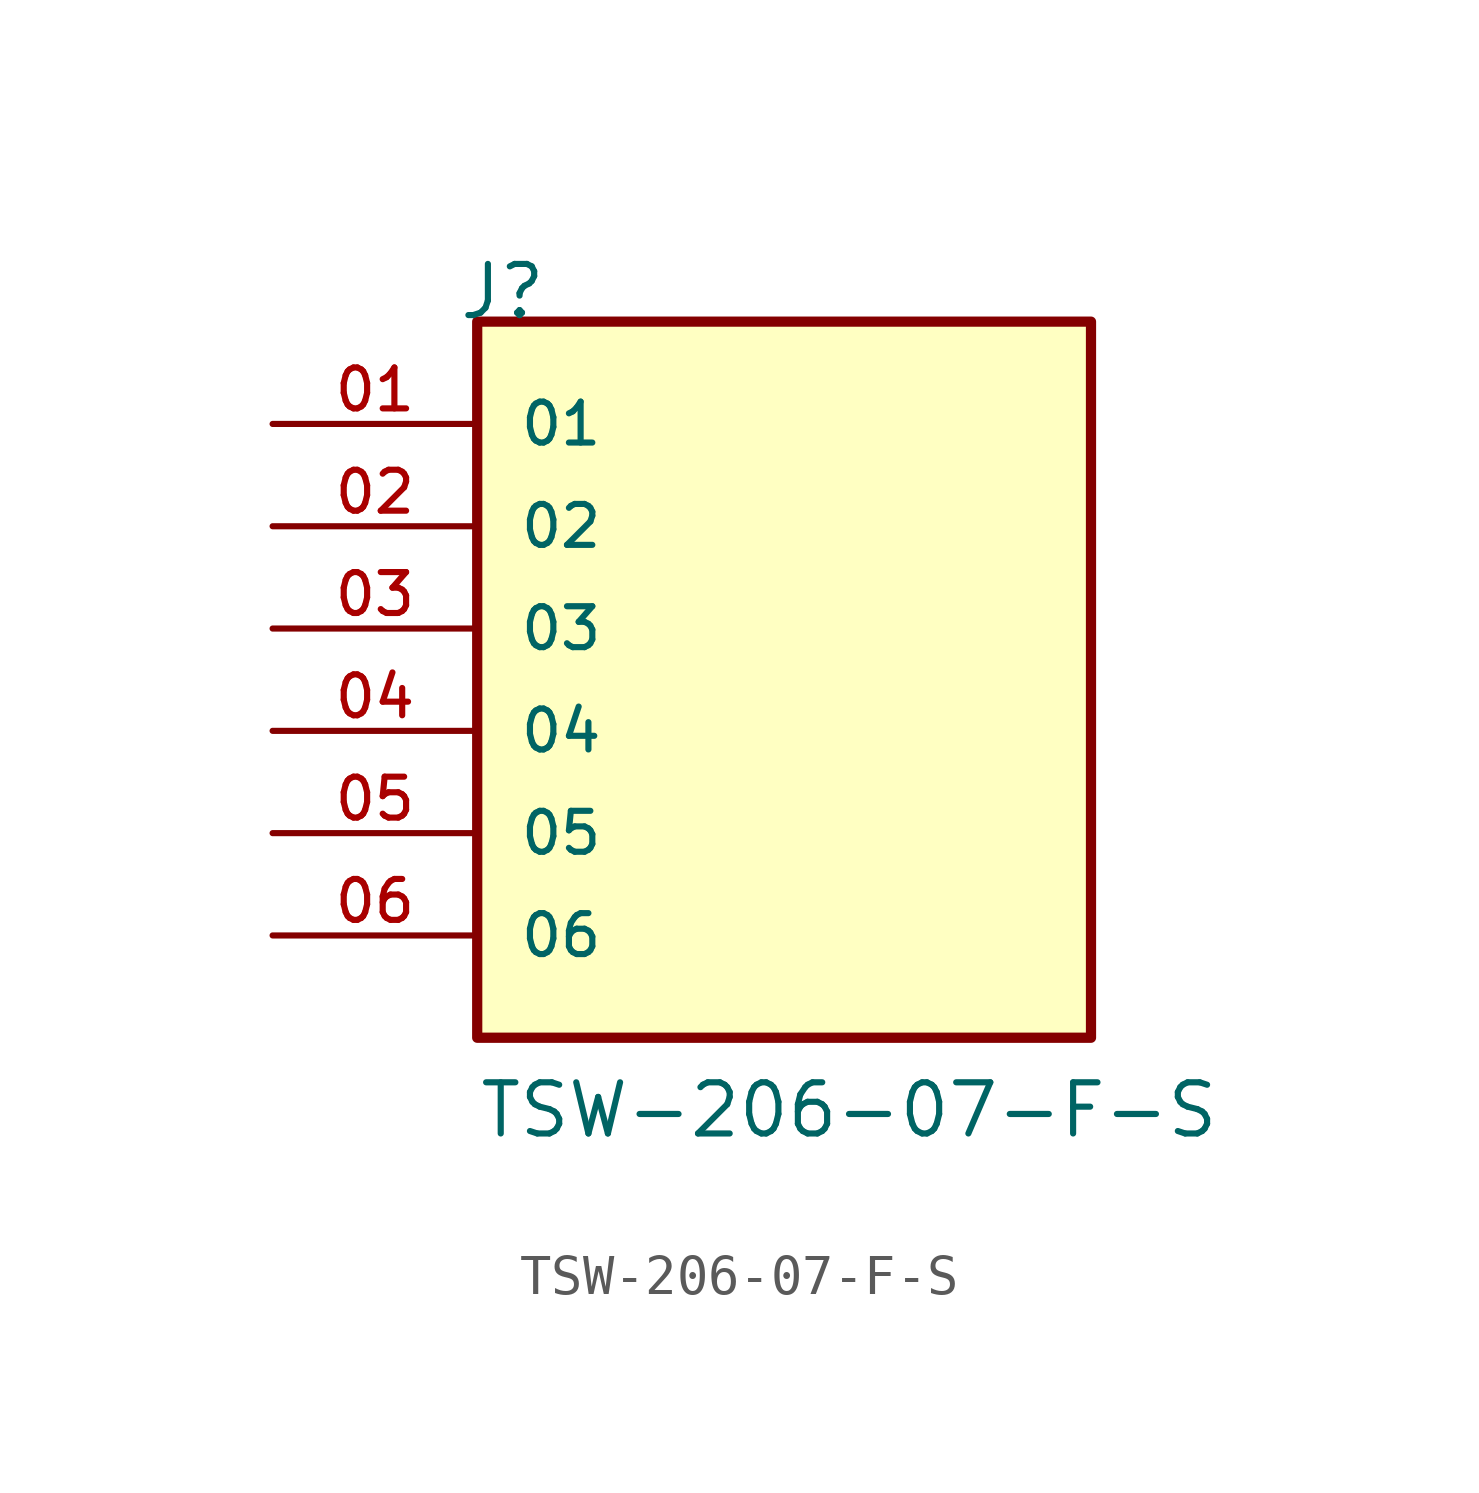
<source format=kicad_sym>
(kicad_symbol_lib
  (version 20211014)
  (generator kicad_symbol_editor)
  (symbol "TSW-206-07-F-S"
    (pin_names
      (offset 1.016))
    (property "Reference" "J"
      (at -8.12 10.16 0)
      (effects (font (size 1.27 1.27)) (justify bottom left)))
    (property "Value" "TSW-206-07-F-S"
      (at -7.62 -10.16 0)
      (effects (font (size 1.27 1.27)) (justify bottom left)))
    (symbol "TSW-206-07-F-S_0_0"
      (rectangle (start -7.62 -7.62) (end 7.62 10.16) (stroke (width 0.254)) (fill (type background)))
      (pin passive line (at -12.7 7.62 0) (length 5.08) (name "01" (effects (font (size 1.016 1.016)))) (number "01" (effects (font (size 1.016 1.016)))))
      (pin passive line (at -12.7 5.08 0) (length 5.08) (name "02" (effects (font (size 1.016 1.016)))) (number "02" (effects (font (size 1.016 1.016)))))
      (pin passive line (at -12.7 2.54 0) (length 5.08) (name "03" (effects (font (size 1.016 1.016)))) (number "03" (effects (font (size 1.016 1.016)))))
      (pin passive line (at -12.7 0.0 0) (length 5.08) (name "04" (effects (font (size 1.016 1.016)))) (number "04" (effects (font (size 1.016 1.016)))))
      (pin passive line (at -12.7 -2.54 0) (length 5.08) (name "05" (effects (font (size 1.016 1.016)))) (number "05" (effects (font (size 1.016 1.016)))))
      (pin passive line (at -12.7 -5.08 0) (length 5.08) (name "06" (effects (font (size 1.016 1.016)))) (number "06" (effects (font (size 1.016 1.016))))))))
</source>
